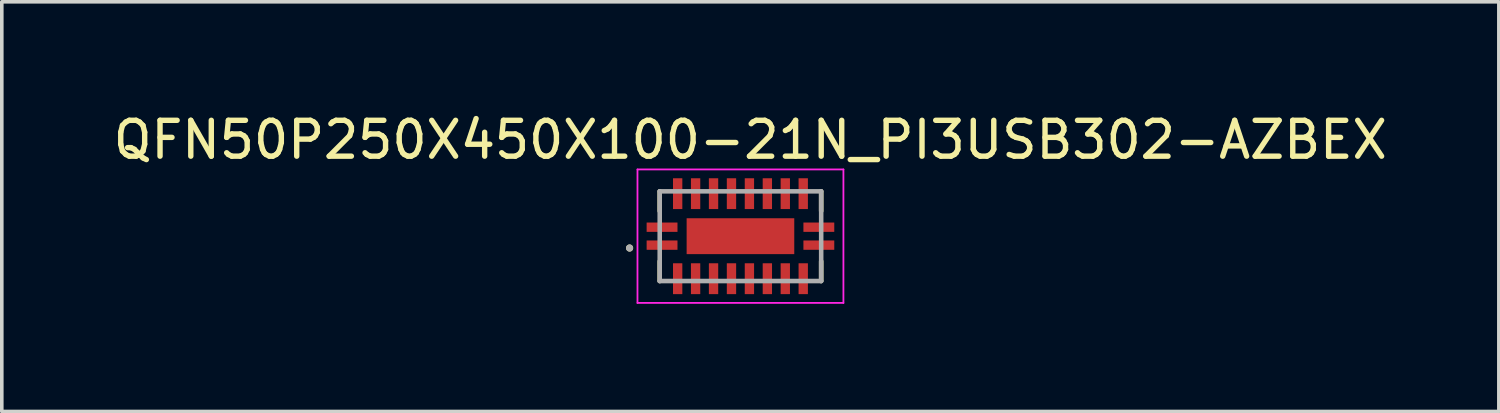
<source format=kicad_pcb>
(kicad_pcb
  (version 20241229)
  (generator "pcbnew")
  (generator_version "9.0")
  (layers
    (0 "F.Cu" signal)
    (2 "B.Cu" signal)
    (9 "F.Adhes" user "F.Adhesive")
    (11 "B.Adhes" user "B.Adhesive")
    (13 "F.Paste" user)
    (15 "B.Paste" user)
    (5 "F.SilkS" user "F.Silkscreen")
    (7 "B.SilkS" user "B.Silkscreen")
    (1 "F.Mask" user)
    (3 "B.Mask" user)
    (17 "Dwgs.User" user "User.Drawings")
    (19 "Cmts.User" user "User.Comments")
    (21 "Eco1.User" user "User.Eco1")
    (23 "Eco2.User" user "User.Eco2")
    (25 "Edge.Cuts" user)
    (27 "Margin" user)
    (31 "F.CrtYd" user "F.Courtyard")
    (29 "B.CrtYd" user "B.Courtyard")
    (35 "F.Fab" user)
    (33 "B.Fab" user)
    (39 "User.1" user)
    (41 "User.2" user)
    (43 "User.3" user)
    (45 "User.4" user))
  (footprint "QFN50P250X450X100-21N_PI3USB302-AZBEX"
    (layer "F.Cu")
    (at 17.588 3.533)
    (property "Reference" "QFN50P250X450X100-21N_PI3USB302-AZBEX" (at 0.275 -2.685 0) (layer "F.SilkS") (effects (font (size 1 1) (thickness 0.15))))
    (attr smd)
    (fp_line (start -2.25 -1.25) (end -2.25 -0.7) (stroke (width 0.127) (type solid)) (layer "F.SilkS"))
    (fp_line (start -2.25 1.25) (end -2.25 0.7) (stroke (width 0.127) (type solid)) (layer "F.SilkS"))
    (fp_line (start 2.25 -0.7) (end 2.25 -1.25) (stroke (width 0.127) (type solid)) (layer "F.SilkS"))
    (fp_line (start 2.25 1.25) (end 2.25 0.7) (stroke (width 0.127) (type solid)) (layer "F.SilkS"))
    (fp_circle (center -3.09 0.33) (end -3.04 0.33) (stroke (width 0.1) (type solid)) (fill no) (layer "F.SilkS"))
    (fp_poly (pts (xy -1.36 -0.29) (xy -0.07 -0.29) (xy -0.07 0.29) (xy -1.36 0.29)) (stroke (width 0.01) (type solid)) (fill yes) (layer "F.Paste"))
    (fp_poly (pts (xy 0.07 -0.29) (xy 1.36 -0.29) (xy 1.36 0.29) (xy 0.07 0.29)) (stroke (width 0.01) (type solid)) (fill yes) (layer "F.Paste"))
    (fp_line (start -2.87 -1.86) (end 2.87 -1.86) (stroke (width 0.05) (type solid)) (layer "F.CrtYd"))
    (fp_line (start -2.87 1.86) (end -2.87 -1.86) (stroke (width 0.05) (type solid)) (layer "F.CrtYd"))
    (fp_line (start 2.87 -1.86) (end 2.87 1.86) (stroke (width 0.05) (type solid)) (layer "F.CrtYd"))
    (fp_line (start 2.87 1.86) (end -2.87 1.86) (stroke (width 0.05) (type solid)) (layer "F.CrtYd"))
    (fp_line (start -2.25 -1.25) (end 2.25 -1.25) (stroke (width 0.127) (type solid)) (layer "F.Fab"))
    (fp_line (start -2.25 1.25) (end -2.25 -1.25) (stroke (width 0.127) (type solid)) (layer "F.Fab"))
    (fp_line (start 2.25 -1.25) (end 2.25 1.25) (stroke (width 0.127) (type solid)) (layer "F.Fab"))
    (fp_line (start 2.25 1.25) (end -2.25 1.25) (stroke (width 0.127) (type solid)) (layer "F.Fab"))
    (fp_circle (center -3.09 0.33) (end -3.04 0.33) (stroke (width 0.1) (type solid)) (fill no) (layer "F.Fab"))
    (pad "1" smd roundrect (at -2.185 0.25 180) (size 0.86 0.26) (layers "F.Cu" "F.Mask" "F.Paste") (roundrect_rratio 0.02))
    (pad "2" smd roundrect (at -1.75 1.185 90) (size 0.86 0.26) (layers "F.Cu" "F.Mask" "F.Paste") (roundrect_rratio 0.02))
    (pad "3" smd roundrect (at -1.25 1.185 90) (size 0.86 0.26) (layers "F.Cu" "F.Mask" "F.Paste") (roundrect_rratio 0.02))
    (pad "4" smd roundrect (at -0.75 1.185 90) (size 0.86 0.26) (layers "F.Cu" "F.Mask" "F.Paste") (roundrect_rratio 0.02))
    (pad "5" smd roundrect (at -0.25 1.185 90) (size 0.86 0.26) (layers "F.Cu" "F.Mask" "F.Paste") (roundrect_rratio 0.02))
    (pad "6" smd roundrect (at 0.25 1.185 90) (size 0.86 0.26) (layers "F.Cu" "F.Mask" "F.Paste") (roundrect_rratio 0.02))
    (pad "7" smd roundrect (at 0.75 1.185 90) (size 0.86 0.26) (layers "F.Cu" "F.Mask" "F.Paste") (roundrect_rratio 0.02))
    (pad "8" smd roundrect (at 1.25 1.185 90) (size 0.86 0.26) (layers "F.Cu" "F.Mask" "F.Paste") (roundrect_rratio 0.02))
    (pad "9" smd roundrect (at 1.75 1.185 90) (size 0.86 0.26) (layers "F.Cu" "F.Mask" "F.Paste") (roundrect_rratio 0.02))
    (pad "10" smd roundrect (at 2.185 0.25 180) (size 0.86 0.26) (layers "F.Cu" "F.Mask" "F.Paste") (roundrect_rratio 0.02))
    (pad "11" smd roundrect (at 2.185 -0.25) (size 0.86 0.26) (layers "F.Cu" "F.Mask" "F.Paste") (roundrect_rratio 0.02))
    (pad "12" smd roundrect (at 1.75 -1.185 270) (size 0.86 0.26) (layers "F.Cu" "F.Mask" "F.Paste") (roundrect_rratio 0.02))
    (pad "13" smd roundrect (at 1.25 -1.185 270) (size 0.86 0.26) (layers "F.Cu" "F.Mask" "F.Paste") (roundrect_rratio 0.02))
    (pad "14" smd roundrect (at 0.75 -1.185 270) (size 0.86 0.26) (layers "F.Cu" "F.Mask" "F.Paste") (roundrect_rratio 0.02))
    (pad "15" smd roundrect (at 0.25 -1.185 270) (size 0.86 0.26) (layers "F.Cu" "F.Mask" "F.Paste") (roundrect_rratio 0.02))
    (pad "16" smd roundrect (at -0.25 -1.185 270) (size 0.86 0.26) (layers "F.Cu" "F.Mask" "F.Paste") (roundrect_rratio 0.02))
    (pad "17" smd roundrect (at -0.75 -1.185 270) (size 0.86 0.26) (layers "F.Cu" "F.Mask" "F.Paste") (roundrect_rratio 0.02))
    (pad "18" smd roundrect (at -1.25 -1.185 270) (size 0.86 0.26) (layers "F.Cu" "F.Mask" "F.Paste") (roundrect_rratio 0.02))
    (pad "19" smd roundrect (at -1.75 -1.185 270) (size 0.86 0.26) (layers "F.Cu" "F.Mask" "F.Paste") (roundrect_rratio 0.02))
    (pad "20" smd roundrect (at -2.185 -0.25) (size 0.86 0.26) (layers "F.Cu" "F.Mask" "F.Paste") (roundrect_rratio 0.02))
    (pad "21" smd rect (at 0 0) (size 3 1) (layers "F.Cu" "F.Mask")))
  (gr_rect
    (start -3 -3)
    (end 38.726 8.418)
    (stroke (width 0.1) (type default))
    (fill no)
    (layer "Edge.Cuts")))
</source>
